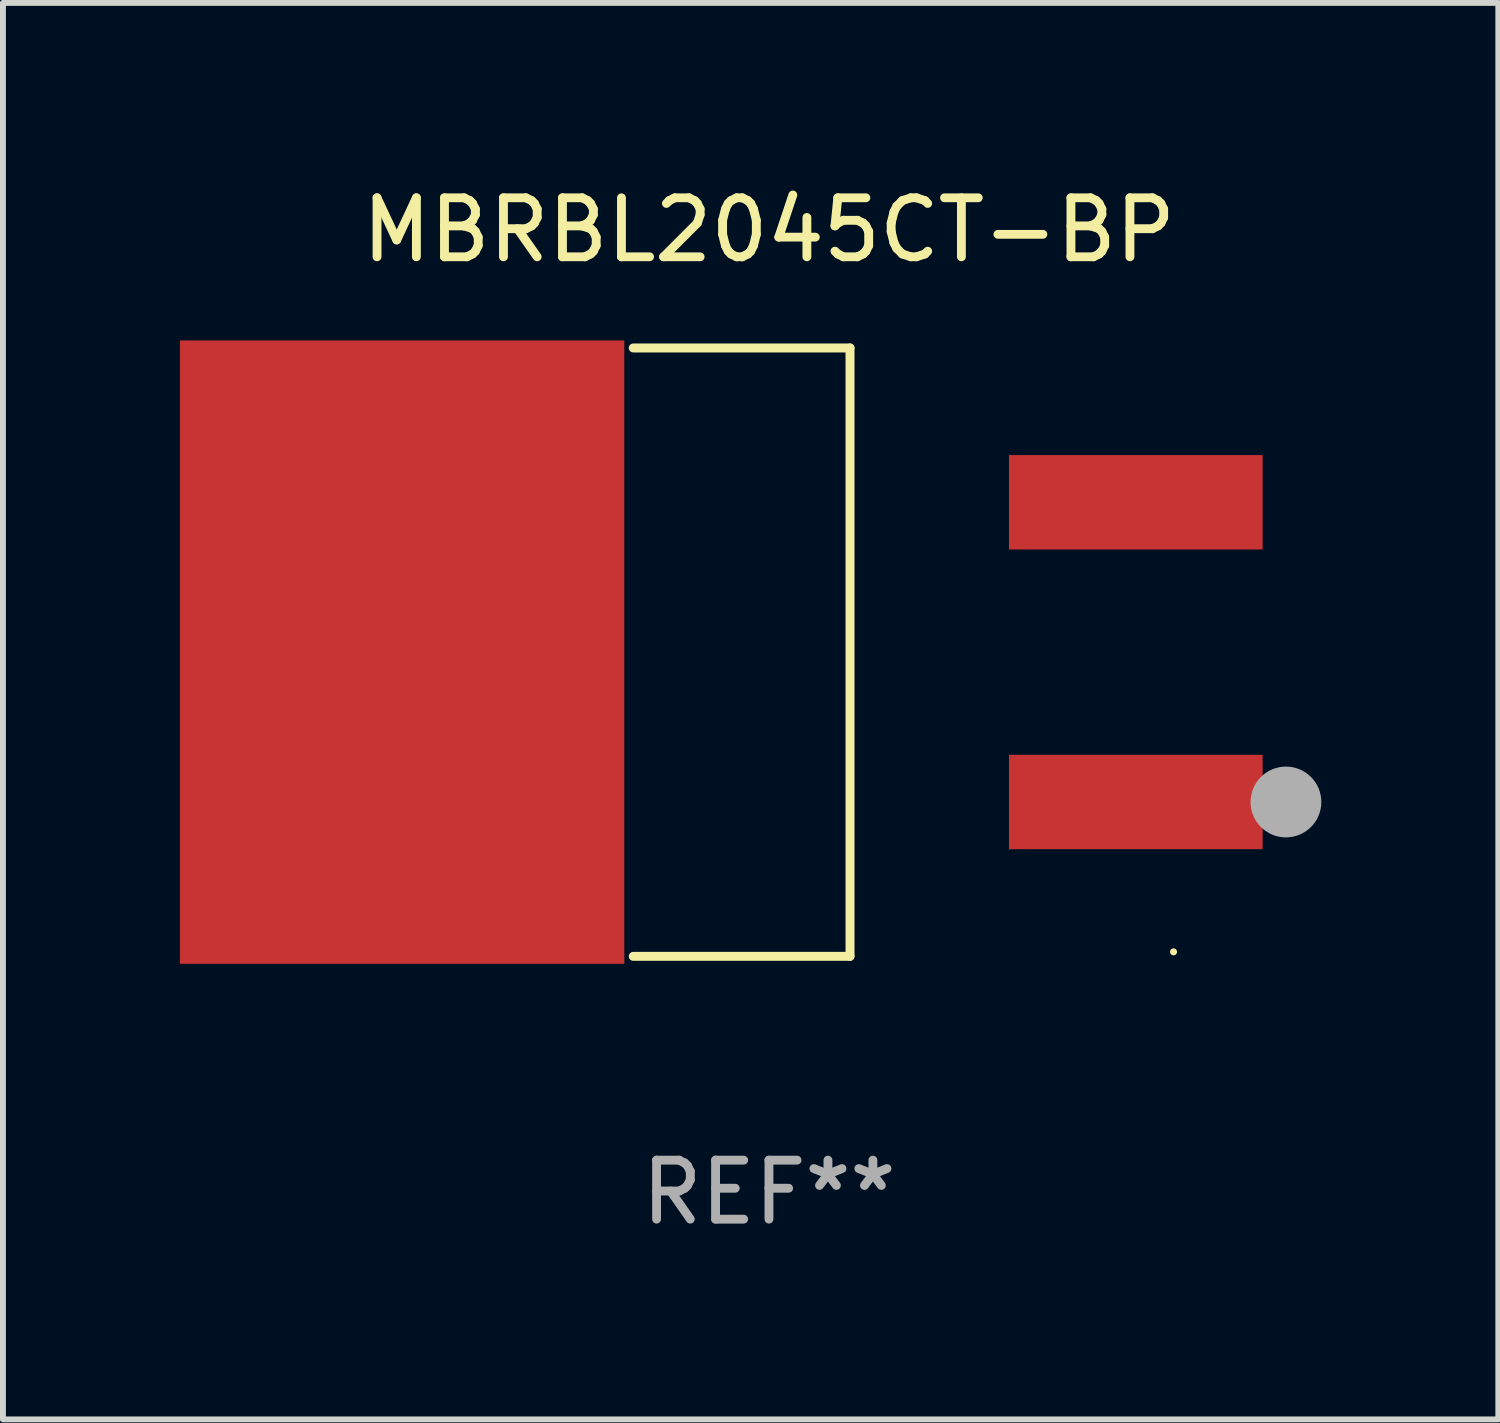
<source format=kicad_pcb>
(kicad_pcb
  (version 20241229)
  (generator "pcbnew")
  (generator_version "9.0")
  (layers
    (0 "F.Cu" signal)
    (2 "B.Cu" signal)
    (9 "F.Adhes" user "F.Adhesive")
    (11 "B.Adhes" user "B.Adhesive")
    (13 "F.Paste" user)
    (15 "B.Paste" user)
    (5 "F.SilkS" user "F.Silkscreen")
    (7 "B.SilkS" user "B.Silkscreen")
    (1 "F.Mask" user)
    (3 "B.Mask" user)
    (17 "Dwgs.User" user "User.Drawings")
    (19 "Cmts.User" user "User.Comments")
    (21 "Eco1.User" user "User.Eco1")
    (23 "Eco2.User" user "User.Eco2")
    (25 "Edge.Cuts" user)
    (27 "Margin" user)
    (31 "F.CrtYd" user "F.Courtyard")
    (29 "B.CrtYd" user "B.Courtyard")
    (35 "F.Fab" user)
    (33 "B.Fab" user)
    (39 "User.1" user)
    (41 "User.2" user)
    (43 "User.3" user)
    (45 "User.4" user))
  (footprint "MBRBL2045CT-BP"
    (layer "F.Cu")
    (at 9.984 8.004)
    (property "Reference" "MBRBL2045CT-BP" (at 0 -7.156 0) (layer "F.SilkS") (effects (font (size 1 1) (thickness 0.15))))
    (attr through_hole)
    (fp_line (start -2.3 -5.156) (end 1.374 -5.156) (stroke (width 0.152) (type solid)) (layer "F.SilkS"))
    (fp_line (start -2.3 5.156) (end 1.374 5.156) (stroke (width 0.152) (type solid)) (layer "F.SilkS"))
    (fp_line (start 1.374 5.156) (end 1.374 -5.156) (stroke (width 0.152) (type solid)) (layer "F.SilkS"))
    (fp_circle (center 6.858 5.08) (end 6.888 5.08) (stroke (width 0.06) (type solid)) (fill no) (layer "F.SilkS"))
    (fp_circle (center 8.763 2.54) (end 9.063 2.54) (stroke (width 0.6) (type solid)) (fill no) (layer "F.Fab"))
    (fp_text user "REF**" (at 0 9.156 0) (layer "F.Fab") (effects (font (size 1 1) (thickness 0.15))))
    (pad "1" smd rect (at 6.218 2.54 180) (size 4.3 1.6) (layers "F.Cu" "F.Mask" "F.Paste"))
    (pad "2" smd rect (at -6.218 0 180) (size 7.532 10.566) (layers "F.Cu" "F.Mask" "F.Paste"))
    (pad "3" smd rect (at 6.218 -2.54 180) (size 4.3 1.6) (layers "F.Cu" "F.Mask" "F.Paste")))
  (gr_rect
    (start -3 -3)
    (end 22.347 21.009)
    (stroke (width 0.1) (type default))
    (fill no)
    (layer "Edge.Cuts")))
</source>
